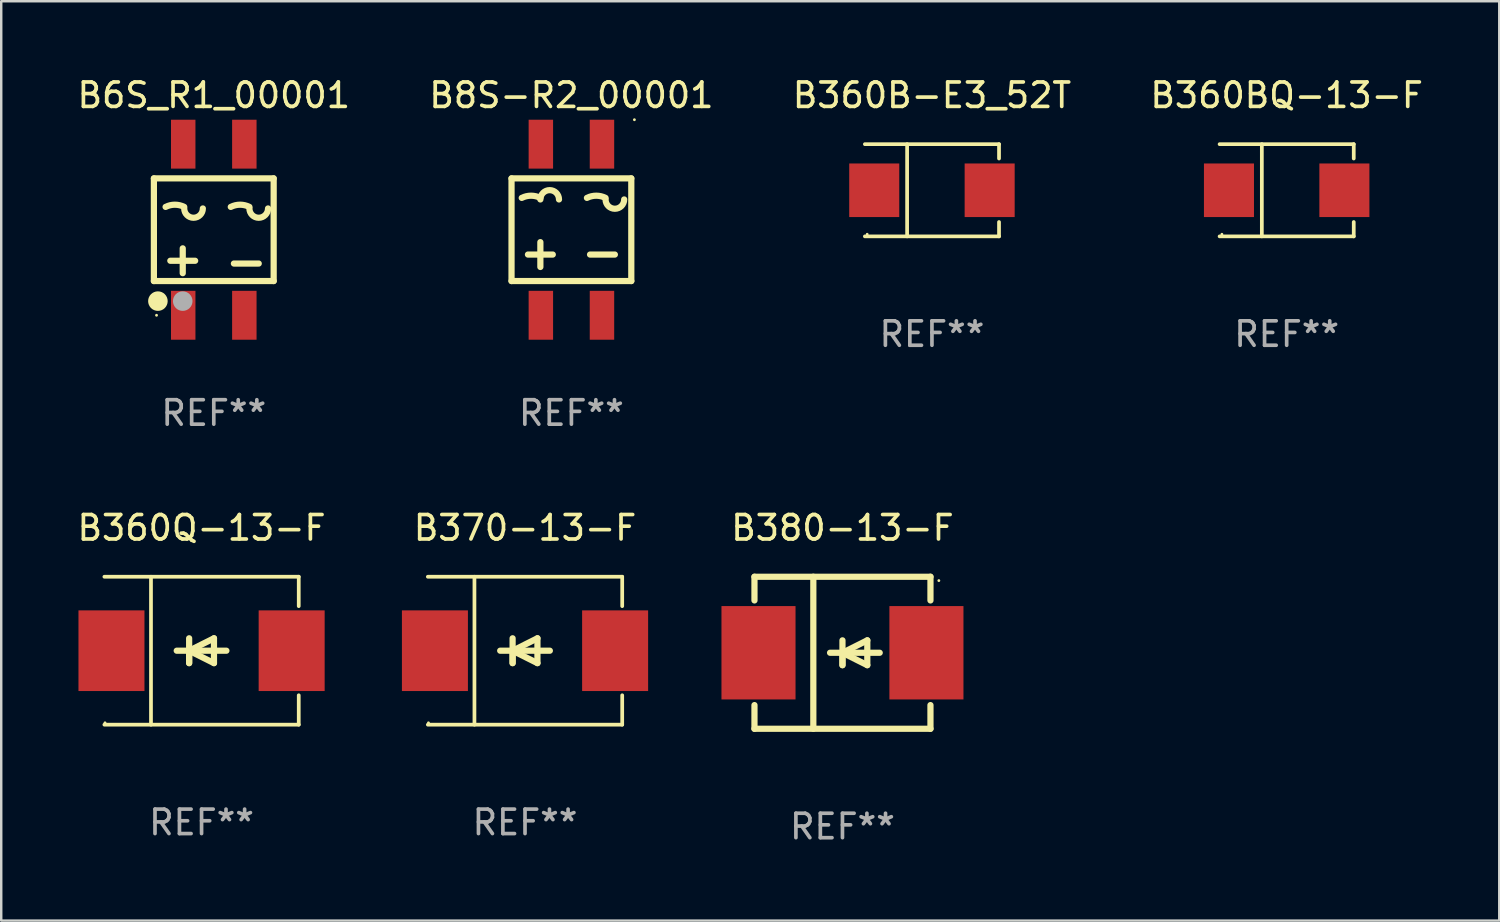
<source format=kicad_pcb>
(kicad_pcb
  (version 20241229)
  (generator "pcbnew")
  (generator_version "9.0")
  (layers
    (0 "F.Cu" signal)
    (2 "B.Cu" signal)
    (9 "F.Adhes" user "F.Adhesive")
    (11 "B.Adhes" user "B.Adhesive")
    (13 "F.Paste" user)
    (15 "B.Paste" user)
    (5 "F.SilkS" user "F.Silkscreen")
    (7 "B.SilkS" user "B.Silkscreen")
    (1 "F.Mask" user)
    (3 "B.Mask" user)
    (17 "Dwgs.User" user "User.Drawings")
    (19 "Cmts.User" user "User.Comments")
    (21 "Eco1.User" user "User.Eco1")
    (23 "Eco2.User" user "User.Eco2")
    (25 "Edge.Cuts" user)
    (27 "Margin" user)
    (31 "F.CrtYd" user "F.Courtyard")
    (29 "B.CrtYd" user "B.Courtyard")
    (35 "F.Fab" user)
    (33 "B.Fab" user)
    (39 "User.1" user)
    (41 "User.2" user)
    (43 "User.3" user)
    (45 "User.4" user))
  (footprint "B360B-E3_52T"
    (layer "F.Cu")
    (at 35.077 4.734)
    (property "Reference" "B360B-E3_52T" (at 0 -3.886 0) (layer "F.SilkS") (effects (font (size 1 1) (thickness 0.15))))
    (attr through_hole)
    (fp_line (start -2.744 -1.886) (end 2.744 -1.886) (stroke (width 0.152) (type solid)) (layer "F.SilkS"))
    (fp_line (start -2.744 1.886) (end 2.744 1.886) (stroke (width 0.152) (type solid)) (layer "F.SilkS"))
    (fp_line (start -1.016 -1.886) (end -1.016 1.886) (stroke (width 0.152) (type solid)) (layer "F.SilkS"))
    (fp_line (start 2.744 -1.886) (end 2.744 -1.299) (stroke (width 0.152) (type solid)) (layer "F.SilkS"))
    (fp_line (start 2.744 1.886) (end 2.744 1.299) (stroke (width 0.152) (type solid)) (layer "F.SilkS"))
    (fp_circle (center -2.65 1.8) (end -2.62 1.8) (stroke (width 0.06) (type solid)) (fill no) (layer "F.SilkS"))
    (fp_text user "REF**" (at 0 5.886 0) (layer "F.Fab") (effects (font (size 1 1) (thickness 0.15))))
    (pad "1" smd rect (at -2.361 0) (size 2.047 2.192) (layers "F.Cu" "F.Mask" "F.Paste"))
    (pad "2" smd rect (at 2.361 0) (size 2.047 2.192) (layers "F.Cu" "F.Mask" "F.Paste")))
  (footprint "B6S_R1_00001"
    (layer "F.Cu")
    (at 5.696 6.348)
    (property "Reference" "B6S_R1_00001" (at 0 -5.5 0) (layer "F.SilkS") (effects (font (size 1 1) (thickness 0.15))))
    (attr through_hole)
    (fp_line (start -2.45 -2.1) (end 2.45 -2.1) (stroke (width 0.254) (type solid)) (layer "F.SilkS"))
    (fp_line (start -2.45 2.1) (end -2.45 -2.1) (stroke (width 0.254) (type solid)) (layer "F.SilkS"))
    (fp_line (start -1.778 1.27) (end -0.762 1.27) (stroke (width 0.254) (type solid)) (layer "F.SilkS"))
    (fp_line (start -1.27 0.762) (end -1.27 1.778) (stroke (width 0.254) (type solid)) (layer "F.SilkS"))
    (fp_line (start 0.823 1.384) (end 1.839 1.384) (stroke (width 0.254) (type solid)) (layer "F.SilkS"))
    (fp_line (start 2.45 -2.1) (end 2.45 2.1) (stroke (width 0.254) (type solid)) (layer "F.SilkS"))
    (fp_line (start 2.45 2.1) (end -2.45 2.1) (stroke (width 0.254) (type solid)) (layer "F.SilkS"))
    (fp_arc (start -1.97145 -0.933503) (mid -1.590449 -1.023445) (end -1.209448 -0.933502) (stroke (width 0.254001) (type solid)) (layer "F.SilkS"))
    (fp_arc (start -0.447447 -0.870003) (mid -0.828448 -0.489002) (end -1.209449 -0.870003) (stroke (width 0.254001) (type solid)) (layer "F.SilkS"))
    (fp_arc (start 0.695555 -0.933503) (mid 1.076556 -1.023445) (end 1.457557 -0.933503) (stroke (width 0.254001) (type solid)) (layer "F.SilkS"))
    (fp_arc (start 2.219558 -0.870003) (mid 1.838557 -0.489002) (end 1.457556 -0.870003) (stroke (width 0.254001) (type solid)) (layer "F.SilkS"))
    (fp_circle (center -2.342 3.5) (end -2.312 3.5) (stroke (width 0.06) (type solid)) (fill no) (layer "F.SilkS"))
    (fp_circle (center -2.286 2.921) (end -2.086 2.921) (stroke (width 0.4) (type solid)) (fill no) (layer "F.SilkS"))
    (fp_circle (center -1.27 2.921) (end -1.07 2.921) (stroke (width 0.4) (type solid)) (fill no) (layer "F.Fab"))
    (fp_text user "REF**" (at 0 7.5 0) (layer "F.Fab") (effects (font (size 1 1) (thickness 0.15))))
    (pad "1" smd rect (at -1.25 3.5 180) (size 1 2) (layers "F.Cu" "F.Mask" "F.Paste"))
    (pad "2" smd rect (at 1.25 3.5 180) (size 1 2) (layers "F.Cu" "F.Mask" "F.Paste"))
    (pad "3" smd rect (at 1.25 -3.5 180) (size 1 2) (layers "F.Cu" "F.Mask" "F.Paste"))
    (pad "4" smd rect (at -1.25 -3.5 180) (size 1 2) (layers "F.Cu" "F.Mask" "F.Paste")))
  (footprint "B380-13-F"
    (layer "F.Cu")
    (at 31.416 23.655)
    (property "Reference" "B380-13-F" (at 0 -5.11 0) (layer "F.SilkS") (effects (font (size 1 1) (thickness 0.15))))
    (attr through_hole)
    (fp_line (start -3.6 -3.11) (end -3.6 -2.141) (stroke (width 0.254) (type solid)) (layer "F.SilkS"))
    (fp_line (start -3.6 -3.11) (end 3.6 -3.11) (stroke (width 0.254) (type solid)) (layer "F.SilkS"))
    (fp_line (start -3.6 2.141) (end -3.6 3.11) (stroke (width 0.254) (type solid)) (layer "F.SilkS"))
    (fp_line (start -3.6 3.11) (end 3.6 3.11) (stroke (width 0.254) (type solid)) (layer "F.SilkS"))
    (fp_line (start -1.192 -3.11) (end -1.192 3.11) (stroke (width 0.254) (type solid)) (layer "F.SilkS"))
    (fp_line (start 0 0) (end 0 0.508) (stroke (width 0.254) (type solid)) (layer "F.SilkS"))
    (fp_line (start 0 0) (end 1.016 0.508) (stroke (width 0.254) (type solid)) (layer "F.SilkS"))
    (fp_line (start 0 0.508) (end 0 -0.508) (stroke (width 0.254) (type solid)) (layer "F.SilkS"))
    (fp_line (start 1.016 -0.508) (end 0 0) (stroke (width 0.254) (type solid)) (layer "F.SilkS"))
    (fp_line (start 1.016 0.508) (end 1.016 -0.508) (stroke (width 0.254) (type solid)) (layer "F.SilkS"))
    (fp_line (start 1.524 0) (end -0.508 0) (stroke (width 0.254) (type solid)) (layer "F.SilkS"))
    (fp_line (start 3.6 -3.11) (end 3.6 -2.141) (stroke (width 0.254) (type solid)) (layer "F.SilkS"))
    (fp_line (start 3.6 2.141) (end 3.6 3.11) (stroke (width 0.254) (type solid)) (layer "F.SilkS"))
    (fp_circle (center 3.943 -2.952) (end 3.973 -2.952) (stroke (width 0.06) (type solid)) (fill no) (layer "F.SilkS"))
    (fp_text user "REF**" (at 0 7.11 0) (layer "F.Fab") (effects (font (size 1 1) (thickness 0.15))))
    (pad "1" smd rect (at 3.435 0 180) (size 3.03 3.82) (layers "F.Cu" "F.Mask" "F.Paste"))
    (pad "2" smd rect (at -3.435 0 180) (size 3.03 3.82) (layers "F.Cu" "F.Mask" "F.Paste")))
  (footprint "B8S-R2_00001"
    (layer "F.Cu")
    (at 20.327 6.348)
    (property "Reference" "B8S-R2_00001" (at 0 -5.5 0) (layer "F.SilkS") (effects (font (size 1 1) (thickness 0.15))))
    (attr through_hole)
    (fp_line (start -2.45 -2.1) (end 2.45 -2.1) (stroke (width 0.254) (type solid)) (layer "F.SilkS"))
    (fp_line (start -2.45 2.1) (end -2.45 -2.1) (stroke (width 0.254) (type solid)) (layer "F.SilkS"))
    (fp_line (start -1.778 1.016) (end -0.762 1.016) (stroke (width 0.254) (type solid)) (layer "F.SilkS"))
    (fp_line (start -1.27 0.508) (end -1.27 1.524) (stroke (width 0.254) (type solid)) (layer "F.SilkS"))
    (fp_line (start 0.762 1.016) (end 1.778 1.016) (stroke (width 0.254) (type solid)) (layer "F.SilkS"))
    (fp_line (start 2.45 -2.1) (end 2.45 2.1) (stroke (width 0.254) (type solid)) (layer "F.SilkS"))
    (fp_line (start 2.45 2.1) (end -2.45 2.1) (stroke (width 0.254) (type solid)) (layer "F.SilkS"))
    (fp_arc (start -2.032004 -1.30188) (mid -1.651003 -1.391822) (end -1.270002 -1.30188) (stroke (width 0.254001) (type solid)) (layer "F.SilkS"))
    (fp_arc (start -1.270003 -1.238379) (mid -0.889002 -1.61938) (end -0.508001 -1.238379) (stroke (width 0.254001) (type solid)) (layer "F.SilkS"))
    (fp_arc (start 0.635001 -1.30188) (mid 1.016002 -1.391822) (end 1.397003 -1.30188) (stroke (width 0.254001) (type solid)) (layer "F.SilkS"))
    (fp_arc (start 2.159004 -1.238379) (mid 1.778004 -0.857379) (end 1.397004 -1.238379) (stroke (width 0.254001) (type solid)) (layer "F.SilkS"))
    (fp_circle (center 2.577 -4.5) (end 2.607 -4.5) (stroke (width 0.06) (type solid)) (fill no) (layer "F.SilkS"))
    (fp_text user "REF**" (at 0 7.5 0) (layer "F.Fab") (effects (font (size 1 1) (thickness 0.15))))
    (pad "1" smd rect (at 1.25 -3.5) (size 1 2) (layers "F.Cu" "F.Mask" "F.Paste"))
    (pad "2" smd rect (at -1.25 -3.5) (size 1 2) (layers "F.Cu" "F.Mask" "F.Paste"))
    (pad "3" smd rect (at -1.25 3.5) (size 1 2) (layers "F.Cu" "F.Mask" "F.Paste"))
    (pad "4" smd rect (at 1.25 3.5) (size 1 2) (layers "F.Cu" "F.Mask" "F.Paste")))
  (footprint "B360Q-13-F"
    (layer "F.Cu")
    (at 5.196 23.571)
    (property "Reference" "B360Q-13-F" (at 0 -5.026 0) (layer "F.SilkS") (effects (font (size 1 1) (thickness 0.15))))
    (attr through_hole)
    (fp_line (start -3.976 -3.026) (end 3.976 -3.026) (stroke (width 0.152) (type solid)) (layer "F.SilkS"))
    (fp_line (start -3.976 3.026) (end 3.976 3.026) (stroke (width 0.152) (type solid)) (layer "F.SilkS"))
    (fp_line (start -2.069 -3.026) (end -2.069 3.026) (stroke (width 0.152) (type solid)) (layer "F.SilkS"))
    (fp_line (start -0.508 0) (end -0.508 0.508) (stroke (width 0.254) (type solid)) (layer "F.SilkS"))
    (fp_line (start -0.508 0) (end 0.508 0.508) (stroke (width 0.254) (type solid)) (layer "F.SilkS"))
    (fp_line (start -0.508 0.508) (end -0.508 -0.508) (stroke (width 0.254) (type solid)) (layer "F.SilkS"))
    (fp_line (start 0.508 -0.508) (end -0.508 0) (stroke (width 0.254) (type solid)) (layer "F.SilkS"))
    (fp_line (start 0.508 0.508) (end 0.508 -0.508) (stroke (width 0.254) (type solid)) (layer "F.SilkS"))
    (fp_line (start 1.016 0) (end -1.016 0) (stroke (width 0.254) (type solid)) (layer "F.SilkS"))
    (fp_line (start 3.976 -3.026) (end 3.976 -1.823) (stroke (width 0.152) (type solid)) (layer "F.SilkS"))
    (fp_line (start 3.976 3.026) (end 3.976 1.823) (stroke (width 0.152) (type solid)) (layer "F.SilkS"))
    (fp_circle (center -3.95 2.95) (end -3.92 2.95) (stroke (width 0.06) (type solid)) (fill no) (layer "F.SilkS"))
    (fp_text user "REF**" (at 0 7.026 0) (layer "F.Fab") (effects (font (size 1 1) (thickness 0.15))))
    (pad "1" smd rect (at -3.686 0) (size 2.7 3.3) (layers "F.Cu" "F.Mask" "F.Paste"))
    (pad "2" smd rect (at 3.686 0) (size 2.7 3.3) (layers "F.Cu" "F.Mask" "F.Paste")))
  (footprint "B370-13-F"
    (layer "F.Cu")
    (at 18.429 23.571)
    (property "Reference" "B370-13-F" (at 0 -5.026 0) (layer "F.SilkS") (effects (font (size 1 1) (thickness 0.15))))
    (attr through_hole)
    (fp_line (start -3.976 -3.026) (end 3.976 -3.026) (stroke (width 0.152) (type solid)) (layer "F.SilkS"))
    (fp_line (start -3.976 3.026) (end 3.976 3.026) (stroke (width 0.152) (type solid)) (layer "F.SilkS"))
    (fp_line (start -2.069 -3.026) (end -2.069 3.026) (stroke (width 0.152) (type solid)) (layer "F.SilkS"))
    (fp_line (start -0.508 0) (end -0.508 0.508) (stroke (width 0.254) (type solid)) (layer "F.SilkS"))
    (fp_line (start -0.508 0) (end 0.508 0.508) (stroke (width 0.254) (type solid)) (layer "F.SilkS"))
    (fp_line (start -0.508 0.508) (end -0.508 -0.508) (stroke (width 0.254) (type solid)) (layer "F.SilkS"))
    (fp_line (start 0.508 -0.508) (end -0.508 0) (stroke (width 0.254) (type solid)) (layer "F.SilkS"))
    (fp_line (start 0.508 0.508) (end 0.508 -0.508) (stroke (width 0.254) (type solid)) (layer "F.SilkS"))
    (fp_line (start 1.016 0) (end -1.016 0) (stroke (width 0.254) (type solid)) (layer "F.SilkS"))
    (fp_line (start 3.976 -3.026) (end 3.976 -1.823) (stroke (width 0.152) (type solid)) (layer "F.SilkS"))
    (fp_line (start 3.976 3.026) (end 3.976 1.823) (stroke (width 0.152) (type solid)) (layer "F.SilkS"))
    (fp_circle (center -3.95 2.95) (end -3.92 2.95) (stroke (width 0.06) (type solid)) (fill no) (layer "F.SilkS"))
    (fp_text user "REF**" (at 0 7.026 0) (layer "F.Fab") (effects (font (size 1 1) (thickness 0.15))))
    (pad "1" smd rect (at -3.686 0) (size 2.7 3.3) (layers "F.Cu" "F.Mask" "F.Paste"))
    (pad "2" smd rect (at 3.686 0) (size 2.7 3.3) (layers "F.Cu" "F.Mask" "F.Paste")))
  (footprint "B360BQ-13-F"
    (layer "F.Cu")
    (at 49.589 4.734)
    (property "Reference" "B360BQ-13-F" (at 0 -3.886 0) (layer "F.SilkS") (effects (font (size 1 1) (thickness 0.15))))
    (attr through_hole)
    (fp_line (start -2.744 -1.886) (end 2.744 -1.886) (stroke (width 0.152) (type solid)) (layer "F.SilkS"))
    (fp_line (start -2.744 1.886) (end 2.744 1.886) (stroke (width 0.152) (type solid)) (layer "F.SilkS"))
    (fp_line (start -1.016 -1.886) (end -1.016 1.886) (stroke (width 0.152) (type solid)) (layer "F.SilkS"))
    (fp_line (start 2.744 -1.886) (end 2.744 -1.299) (stroke (width 0.152) (type solid)) (layer "F.SilkS"))
    (fp_line (start 2.744 1.886) (end 2.744 1.299) (stroke (width 0.152) (type solid)) (layer "F.SilkS"))
    (fp_circle (center -2.65 1.8) (end -2.62 1.8) (stroke (width 0.06) (type solid)) (fill no) (layer "F.SilkS"))
    (fp_text user "REF**" (at 0 5.886 0) (layer "F.Fab") (effects (font (size 1 1) (thickness 0.15))))
    (pad "1" smd rect (at -2.361 0) (size 2.047 2.192) (layers "F.Cu" "F.Mask" "F.Paste"))
    (pad "2" smd rect (at 2.361 0) (size 2.047 2.192) (layers "F.Cu" "F.Mask" "F.Paste")))
  (gr_rect
    (start -3 -3)
    (end 58.286 34.613)
    (stroke (width 0.1) (type default))
    (fill no)
    (layer "Edge.Cuts")))
</source>
